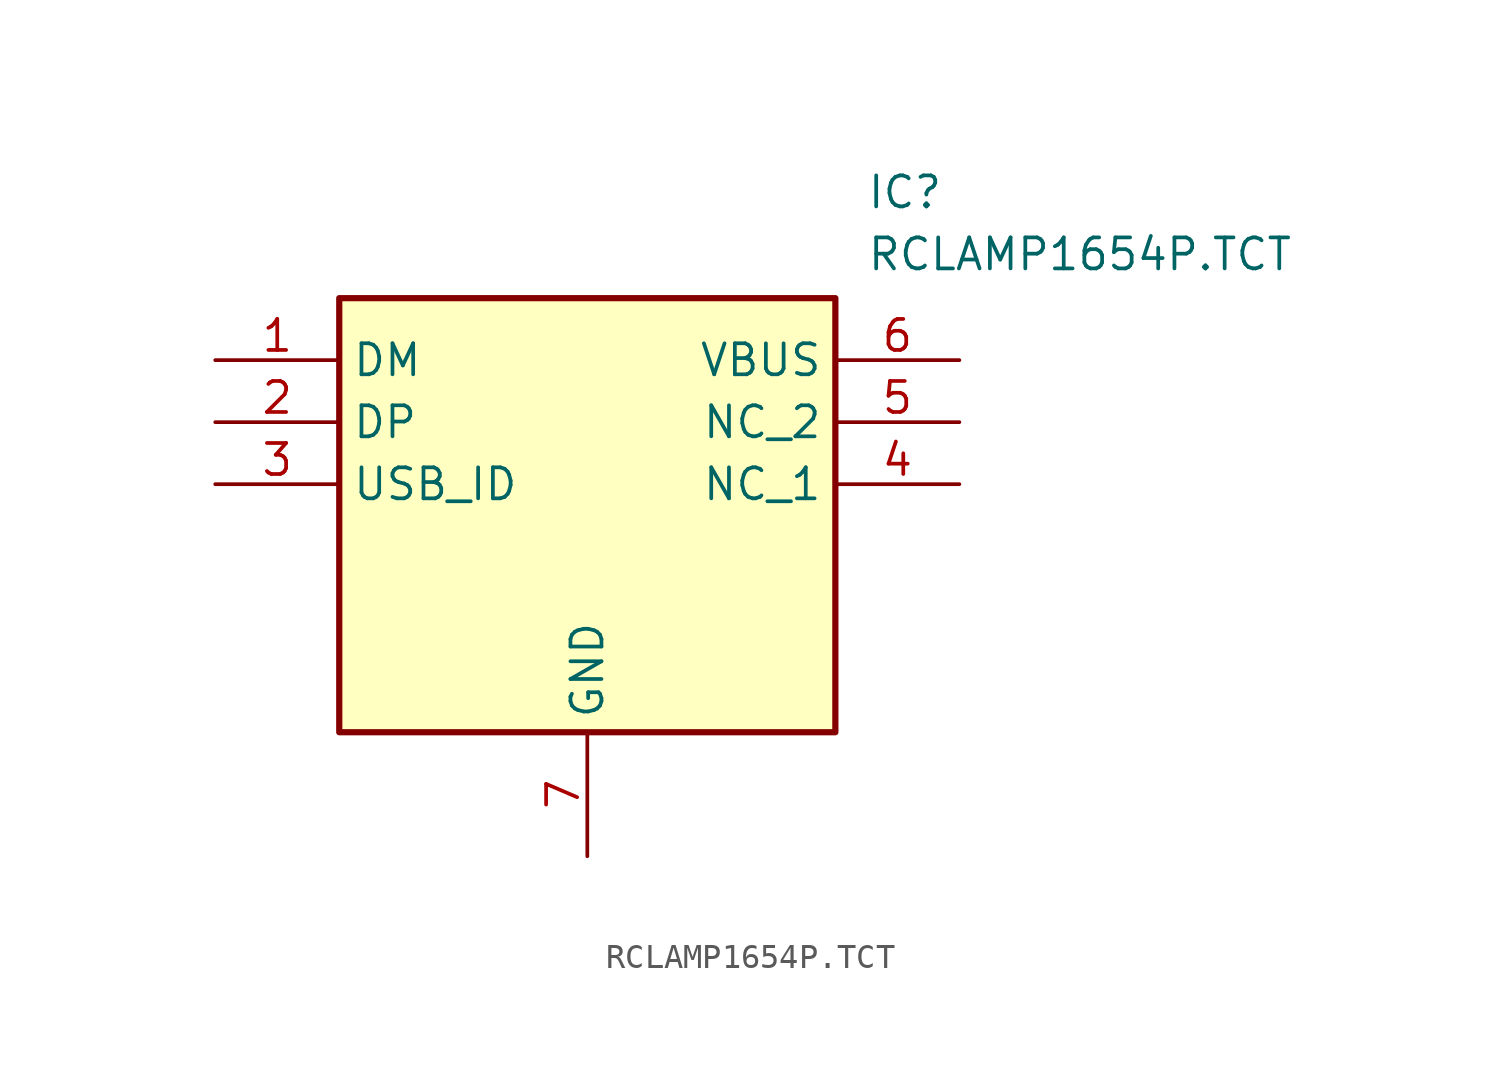
<source format=kicad_sym>
(kicad_symbol_lib
  (version 20211014)
  (generator SamacSys_ECAD_Model)
  (symbol "RCLAMP1654P.TCT"
    (property "Reference" "IC"
      (at 26.67 7.62 0)
      (effects (font (size 1.27 1.27)) (justify left top)))
    (property "Value" "RCLAMP1654P.TCT"
      (at 26.67 5.08 0)
      (effects (font (size 1.27 1.27)) (justify left top)))
    (rectangle
      (start 5.08 2.54)
      (end 25.4 -15.24)
      (stroke (width 0.254) (type default))
      (fill (type background)))
    (pin passive line
      (at 0 0 0)
      (length 5.08)
      (name "DM" (effects (font (size 1.27 1.27))))
      (number "1" (effects (font (size 1.27 1.27)))))
    (pin passive line
      (at 0 -2.54 0)
      (length 5.08)
      (name "DP" (effects (font (size 1.27 1.27))))
      (number "2" (effects (font (size 1.27 1.27)))))
    (pin passive line
      (at 0 -5.08 0)
      (length 5.08)
      (name "USB_ID" (effects (font (size 1.27 1.27))))
      (number "3" (effects (font (size 1.27 1.27)))))
    (pin passive line
      (at 15.24 -20.32 90)
      (length 5.08)
      (name "GND" (effects (font (size 1.27 1.27))))
      (number "7" (effects (font (size 1.27 1.27)))))
    (pin passive line
      (at 30.48 0 180)
      (length 5.08)
      (name "VBUS" (effects (font (size 1.27 1.27))))
      (number "6" (effects (font (size 1.27 1.27)))))
    (pin passive line
      (at 30.48 -2.54 180)
      (length 5.08)
      (name "NC_2" (effects (font (size 1.27 1.27))))
      (number "5" (effects (font (size 1.27 1.27)))))
    (pin passive line
      (at 30.48 -5.08 180)
      (length 5.08)
      (name "NC_1" (effects (font (size 1.27 1.27))))
      (number "4" (effects (font (size 1.27 1.27)))))))
</source>
